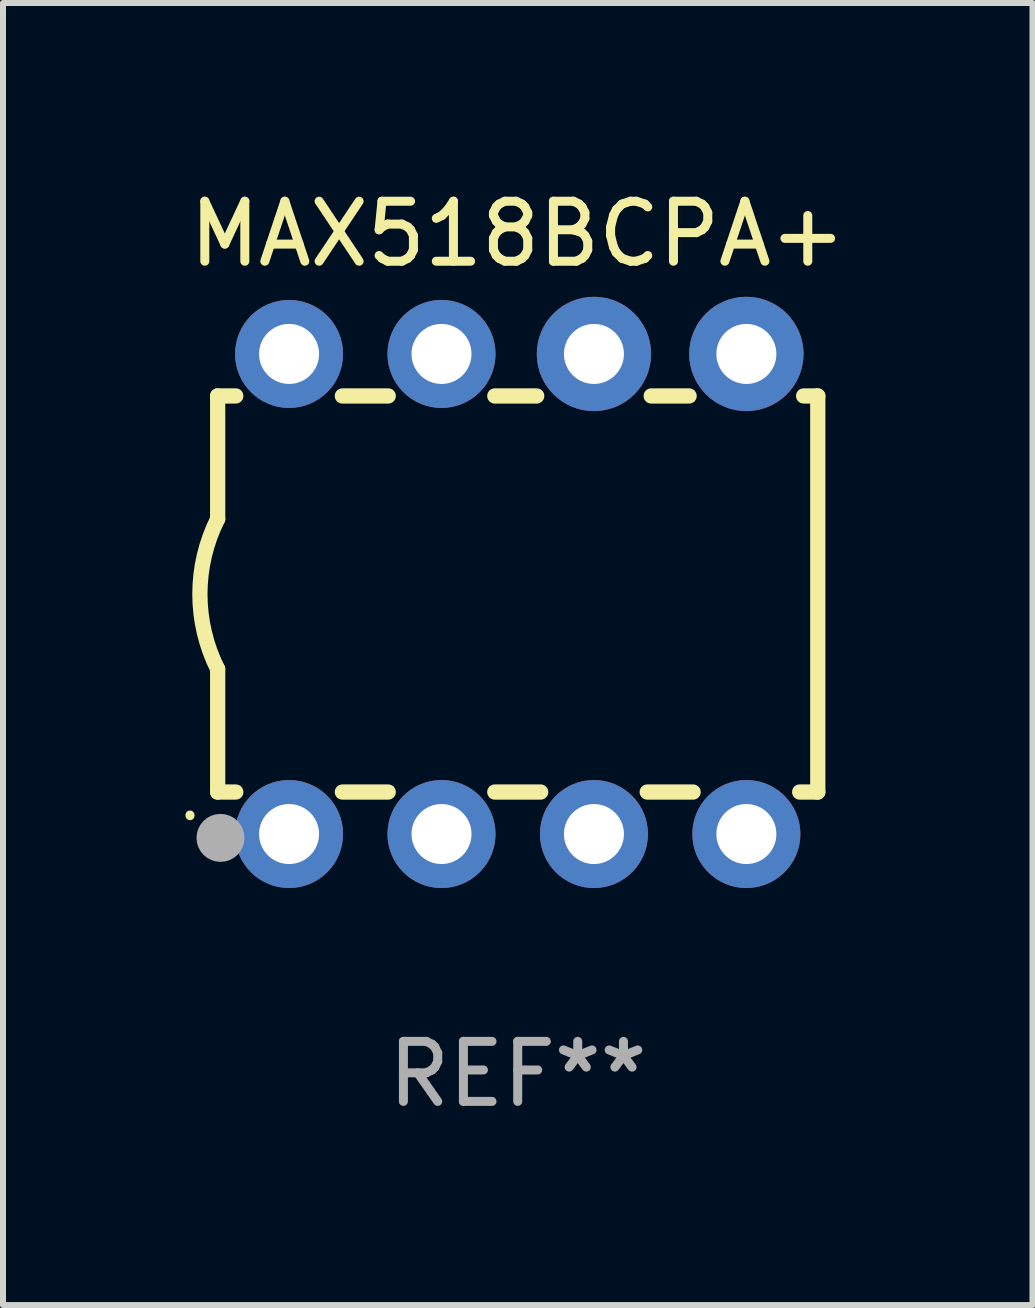
<source format=kicad_pcb>
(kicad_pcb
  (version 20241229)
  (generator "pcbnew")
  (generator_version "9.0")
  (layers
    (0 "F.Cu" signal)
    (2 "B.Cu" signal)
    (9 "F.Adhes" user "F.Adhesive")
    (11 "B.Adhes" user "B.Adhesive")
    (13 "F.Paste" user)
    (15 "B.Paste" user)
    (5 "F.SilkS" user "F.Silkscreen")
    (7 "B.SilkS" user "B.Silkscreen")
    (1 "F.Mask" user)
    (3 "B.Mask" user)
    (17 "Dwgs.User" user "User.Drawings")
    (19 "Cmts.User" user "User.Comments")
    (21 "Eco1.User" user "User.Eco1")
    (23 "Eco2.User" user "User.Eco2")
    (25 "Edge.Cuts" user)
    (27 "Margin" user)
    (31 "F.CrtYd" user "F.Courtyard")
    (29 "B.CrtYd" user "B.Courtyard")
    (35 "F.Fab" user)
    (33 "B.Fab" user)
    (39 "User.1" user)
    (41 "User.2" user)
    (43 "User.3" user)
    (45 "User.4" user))
  (footprint "MAX518BCPA+"
    (layer "F.Cu")
    (at 5.577 6.848)
    (property "Reference" "MAX518BCPA+" (at 0 -6 0) (layer "F.SilkS") (effects (font (size 1 1) (thickness 0.15))))
    (attr through_hole)
    (fp_line (start -5 -3.3) (end -5 -1.25) (stroke (width 0.254) (type solid)) (layer "F.SilkS"))
    (fp_line (start -5 -3.3) (end -4.698 -3.3) (stroke (width 0.254) (type solid)) (layer "F.SilkS"))
    (fp_line (start -5 3.3) (end -5 1.25) (stroke (width 0.254) (type solid)) (layer "F.SilkS"))
    (fp_line (start -5 3.3) (end -4.698 3.3) (stroke (width 0.254) (type solid)) (layer "F.SilkS"))
    (fp_line (start -2.922 -3.3) (end -2.158 -3.3) (stroke (width 0.254) (type solid)) (layer "F.SilkS"))
    (fp_line (start -2.922 3.3) (end -2.158 3.3) (stroke (width 0.254) (type solid)) (layer "F.SilkS"))
    (fp_line (start -0.382 -3.3) (end 0.316 -3.3) (stroke (width 0.254) (type solid)) (layer "F.SilkS"))
    (fp_line (start -0.382 3.3) (end 0.382 3.3) (stroke (width 0.254) (type solid)) (layer "F.SilkS"))
    (fp_line (start 2.158 3.3) (end 2.922 3.3) (stroke (width 0.254) (type solid)) (layer "F.SilkS"))
    (fp_line (start 2.224 -3.3) (end 2.856 -3.3) (stroke (width 0.254) (type solid)) (layer "F.SilkS"))
    (fp_line (start 4.698 3.3) (end 5 3.3) (stroke (width 0.254) (type solid)) (layer "F.SilkS"))
    (fp_line (start 4.764 -3.3) (end 5 -3.3) (stroke (width 0.254) (type solid)) (layer "F.SilkS"))
    (fp_line (start 5 -3.3) (end 5 3.3) (stroke (width 0.254) (type solid)) (layer "F.SilkS"))
    (fp_arc (start -5.46124 3.694259) (mid -5.461175 3.688632) (end -5.460986 3.683007) (stroke (width 0.149987) (type solid)) (layer "F.SilkS"))
    (fp_arc (start -5.00127 1.249682) (mid -5.295892 -0.000313) (end -5.000025 -1.250013) (stroke (width 0.254001) (type solid)) (layer "F.SilkS"))
    (fp_circle (center -4.795 4.237) (end -4.765 4.237) (stroke (width 0.06) (type solid)) (fill no) (layer "F.SilkS"))
    (fp_circle (center -4.953 4.064) (end -4.753 4.064) (stroke (width 0.4) (type solid)) (fill no) (layer "F.Fab"))
    (fp_text user "REF**" (at 0 8 0) (layer "F.Fab") (effects (font (size 1 1) (thickness 0.15))))
    (pad "1" thru_hole circle (at -3.81 4) (size 1.8 1.8) (drill 1) (layers "*.Cu" "*.Mask"))
    (pad "2" thru_hole circle (at -1.27 4) (size 1.8 1.8) (drill 1) (layers "*.Cu" "*.Mask"))
    (pad "3" thru_hole circle (at 1.27 4) (size 1.8 1.8) (drill 1) (layers "*.Cu" "*.Mask"))
    (pad "4" thru_hole circle (at 3.81 4) (size 1.8 1.8) (drill 1) (layers "*.Cu" "*.Mask"))
    (pad "5" thru_hole circle (at 3.81 -4) (size 1.905 1.905) (drill 1) (layers "*.Cu" "*.Mask"))
    (pad "6" thru_hole circle (at 1.27 -4) (size 1.905 1.905) (drill 1) (layers "*.Cu" "*.Mask"))
    (pad "7" thru_hole circle (at -1.27 -4) (size 1.8 1.8) (drill 1) (layers "*.Cu" "*.Mask"))
    (pad "8" thru_hole circle (at -3.81 -4) (size 1.8 1.8) (drill 1) (layers "*.Cu" "*.Mask")))
  (gr_rect
    (start -3 -3)
    (end 14.155 18.697)
    (stroke (width 0.1) (type default))
    (fill no)
    (layer "Edge.Cuts")))
</source>
